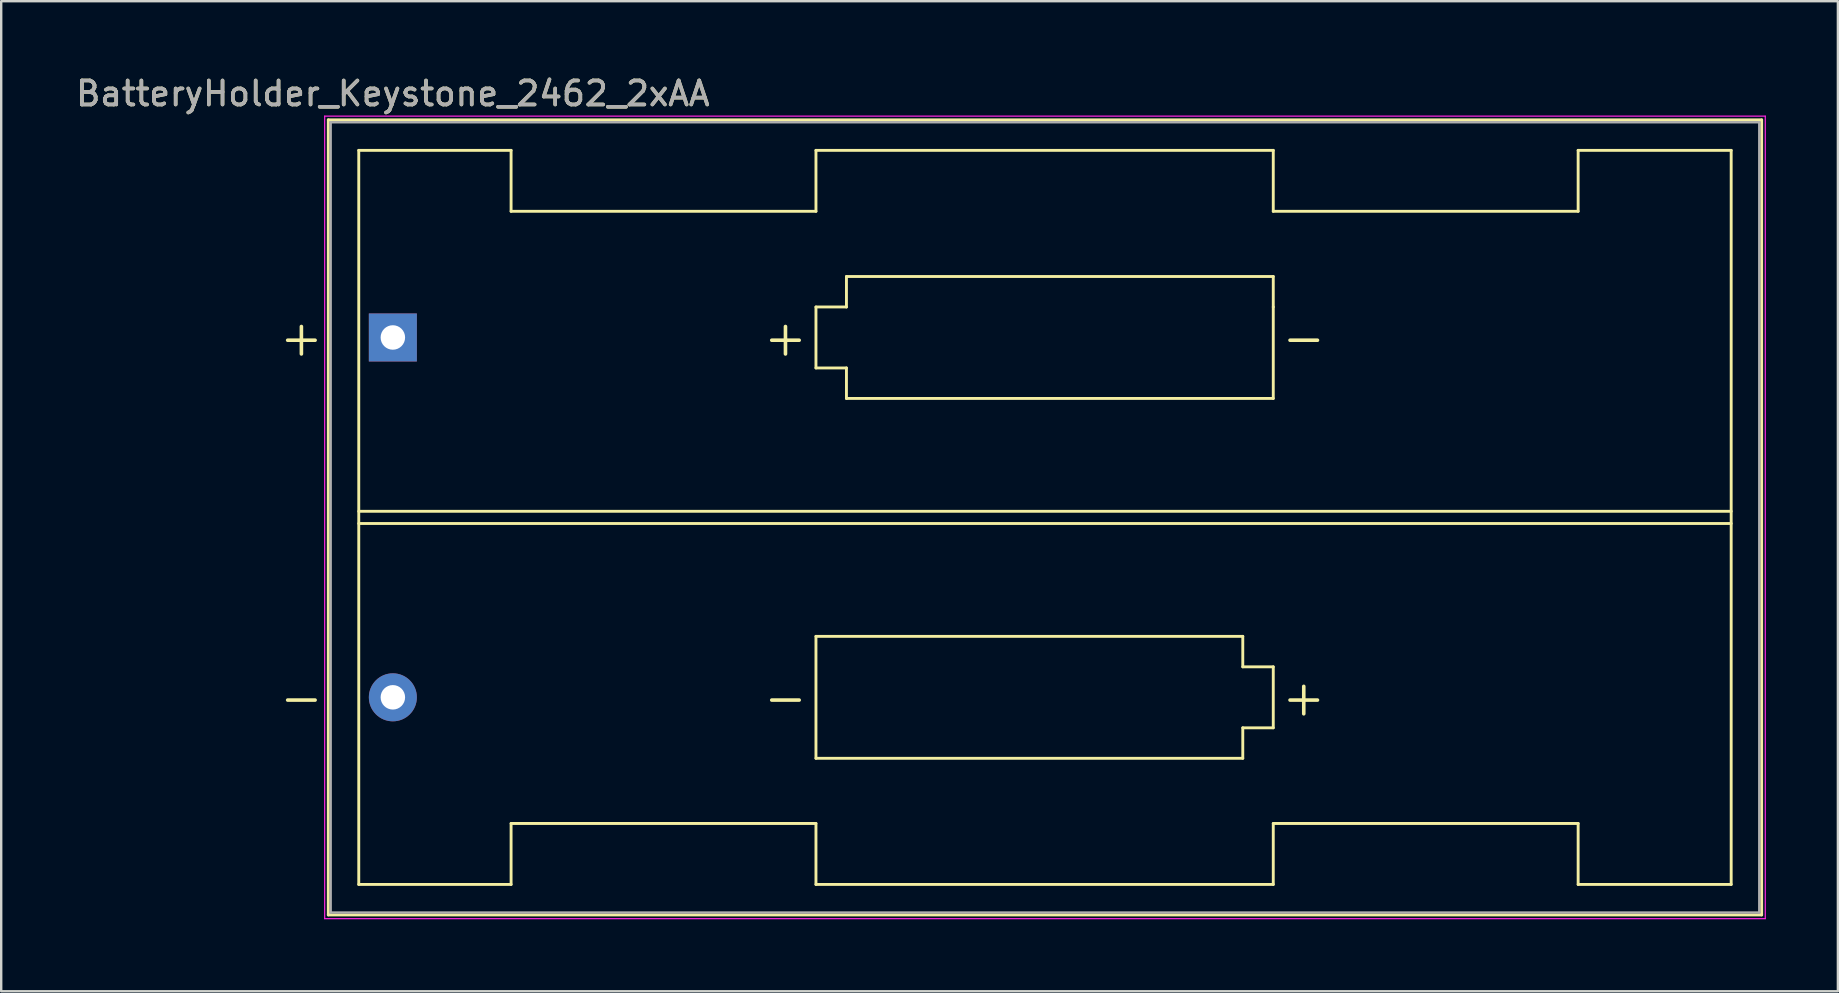
<source format=kicad_pcb>
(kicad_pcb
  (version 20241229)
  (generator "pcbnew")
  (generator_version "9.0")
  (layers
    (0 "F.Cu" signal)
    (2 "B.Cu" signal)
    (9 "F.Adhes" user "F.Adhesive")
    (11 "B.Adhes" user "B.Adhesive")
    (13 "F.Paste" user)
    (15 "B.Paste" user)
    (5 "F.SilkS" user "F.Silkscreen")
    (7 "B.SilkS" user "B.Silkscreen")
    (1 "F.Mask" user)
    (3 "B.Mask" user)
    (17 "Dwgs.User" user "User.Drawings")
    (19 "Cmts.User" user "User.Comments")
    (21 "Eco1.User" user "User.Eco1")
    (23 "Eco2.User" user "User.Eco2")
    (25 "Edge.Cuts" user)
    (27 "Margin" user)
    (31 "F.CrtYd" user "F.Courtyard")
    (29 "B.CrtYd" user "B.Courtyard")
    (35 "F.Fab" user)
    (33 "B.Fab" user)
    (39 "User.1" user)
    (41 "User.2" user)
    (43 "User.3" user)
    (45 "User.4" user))
  (footprint "BatteryHolder_Keystone_2462_2xAA"
    (layer "F.Cu")
    (at 13.315 11.008)
    (property "Reference" "BatteryHolder_Keystone_2462_2xAA" (at 0 -10.16 180) (layer "F.SilkS") (effects (font (size 1 1) (thickness 0.15))))
    (attr through_hole)
    (fp_line (start -2.69 -9.065) (end -2.69 24.055) (stroke (width 0.12) (type solid)) (layer "F.SilkS"))
    (fp_line (start -2.69 24.055) (end 57.02 24.055) (stroke (width 0.12) (type solid)) (layer "F.SilkS"))
    (fp_line (start -1.42 -7.795) (end -1.42 22.785) (stroke (width 0.12) (type solid)) (layer "F.SilkS"))
    (fp_line (start -1.42 7.241) (end 55.75 7.241) (stroke (width 0.12) (type solid)) (layer "F.SilkS"))
    (fp_line (start -1.42 22.785) (end 4.925 22.785) (stroke (width 0.12) (type solid)) (layer "F.SilkS"))
    (fp_line (start 4.925 -7.795) (end -1.42 -7.795) (stroke (width 0.12) (type solid)) (layer "F.SilkS"))
    (fp_line (start 4.925 -5.255) (end 4.925 -7.795) (stroke (width 0.12) (type solid)) (layer "F.SilkS"))
    (fp_line (start 4.925 -5.255) (end 17.625 -5.255) (stroke (width 0.12) (type solid)) (layer "F.SilkS"))
    (fp_line (start 4.925 20.245) (end 17.625 20.245) (stroke (width 0.12) (type solid)) (layer "F.SilkS"))
    (fp_line (start 4.925 22.785) (end 4.925 20.245) (stroke (width 0.12) (type solid)) (layer "F.SilkS"))
    (fp_line (start 17.625 -7.795) (end 17.625 -5.255) (stroke (width 0.12) (type solid)) (layer "F.SilkS"))
    (fp_line (start 17.625 -1.27) (end 18.895 -1.27) (stroke (width 0.12) (type solid)) (layer "F.SilkS"))
    (fp_line (start 17.625 1.27) (end 17.625 -1.27) (stroke (width 0.12) (type solid)) (layer "F.SilkS"))
    (fp_line (start 17.625 12.45) (end 35.405 12.45) (stroke (width 0.12) (type solid)) (layer "F.SilkS"))
    (fp_line (start 17.625 17.53) (end 17.625 12.45) (stroke (width 0.12) (type solid)) (layer "F.SilkS"))
    (fp_line (start 17.625 20.245) (end 17.625 22.785) (stroke (width 0.12) (type solid)) (layer "F.SilkS"))
    (fp_line (start 17.625 22.785) (end 36.675 22.785) (stroke (width 0.12) (type solid)) (layer "F.SilkS"))
    (fp_line (start 18.895 -2.54) (end 36.675 -2.54) (stroke (width 0.12) (type solid)) (layer "F.SilkS"))
    (fp_line (start 18.895 -1.27) (end 18.895 -2.54) (stroke (width 0.12) (type solid)) (layer "F.SilkS"))
    (fp_line (start 18.895 1.27) (end 17.625 1.27) (stroke (width 0.12) (type solid)) (layer "F.SilkS"))
    (fp_line (start 18.895 2.54) (end 18.895 1.27) (stroke (width 0.12) (type solid)) (layer "F.SilkS"))
    (fp_line (start 35.405 12.45) (end 35.405 13.72) (stroke (width 0.12) (type solid)) (layer "F.SilkS"))
    (fp_line (start 35.405 13.72) (end 36.675 13.72) (stroke (width 0.12) (type solid)) (layer "F.SilkS"))
    (fp_line (start 35.405 16.26) (end 35.405 17.53) (stroke (width 0.12) (type solid)) (layer "F.SilkS"))
    (fp_line (start 35.405 17.53) (end 17.625 17.53) (stroke (width 0.12) (type solid)) (layer "F.SilkS"))
    (fp_line (start 36.675 -7.795) (end 17.625 -7.795) (stroke (width 0.12) (type solid)) (layer "F.SilkS"))
    (fp_line (start 36.675 -5.255) (end 36.675 -7.795) (stroke (width 0.12) (type solid)) (layer "F.SilkS"))
    (fp_line (start 36.675 -2.54) (end 36.675 -1.27) (stroke (width 0.12) (type solid)) (layer "F.SilkS"))
    (fp_line (start 36.675 -1.27) (end 36.675 2.54) (stroke (width 0.12) (type solid)) (layer "F.SilkS"))
    (fp_line (start 36.675 2.54) (end 18.895 2.54) (stroke (width 0.12) (type solid)) (layer "F.SilkS"))
    (fp_line (start 36.675 13.72) (end 36.675 16.26) (stroke (width 0.12) (type solid)) (layer "F.SilkS"))
    (fp_line (start 36.675 16.26) (end 35.405 16.26) (stroke (width 0.12) (type solid)) (layer "F.SilkS"))
    (fp_line (start 36.675 22.785) (end 36.675 20.245) (stroke (width 0.12) (type solid)) (layer "F.SilkS"))
    (fp_line (start 49.375 -7.795) (end 49.375 -5.255) (stroke (width 0.12) (type solid)) (layer "F.SilkS"))
    (fp_line (start 49.375 -5.255) (end 36.675 -5.255) (stroke (width 0.12) (type solid)) (layer "F.SilkS"))
    (fp_line (start 49.375 20.245) (end 36.675 20.245) (stroke (width 0.12) (type solid)) (layer "F.SilkS"))
    (fp_line (start 49.375 22.785) (end 49.375 20.245) (stroke (width 0.12) (type solid)) (layer "F.SilkS"))
    (fp_line (start 55.75 -7.795) (end 49.375 -7.795) (stroke (width 0.12) (type solid)) (layer "F.SilkS"))
    (fp_line (start 55.75 -7.795) (end 55.75 22.785) (stroke (width 0.12) (type solid)) (layer "F.SilkS"))
    (fp_line (start 55.75 7.749) (end -1.42 7.749) (stroke (width 0.12) (type solid)) (layer "F.SilkS"))
    (fp_line (start 55.75 22.785) (end 49.375 22.785) (stroke (width 0.12) (type solid)) (layer "F.SilkS"))
    (fp_line (start 57.02 -9.065) (end -2.69 -9.065) (stroke (width 0.12) (type solid)) (layer "F.SilkS"))
    (fp_line (start 57.02 24.055) (end 57.02 -9.065) (stroke (width 0.12) (type solid)) (layer "F.SilkS"))
    (fp_line (start -2.84 -9.22) (end -2.84 24.21) (stroke (width 0.05) (type solid)) (layer "F.CrtYd"))
    (fp_line (start -2.84 24.21) (end 57.17 24.21) (stroke (width 0.05) (type solid)) (layer "F.CrtYd"))
    (fp_line (start 57.17 -9.22) (end -2.84 -9.22) (stroke (width 0.05) (type solid)) (layer "F.CrtYd"))
    (fp_line (start 57.17 24.21) (end 57.17 -9.22) (stroke (width 0.05) (type solid)) (layer "F.CrtYd"))
    (fp_line (start -2.59 -8.965) (end 56.92 -8.965) (stroke (width 0.1) (type solid)) (layer "F.Fab"))
    (fp_line (start -2.59 23.955) (end -2.59 -8.965) (stroke (width 0.1) (type solid)) (layer "F.Fab"))
    (fp_line (start -2.59 23.955) (end 56.92 23.955) (stroke (width 0.1) (type solid)) (layer "F.Fab"))
    (fp_line (start 56.92 23.955) (end 56.92 -8.965) (stroke (width 0.1) (type solid)) (layer "F.Fab"))
    (fp_text user "+" (at 16.355 0 0) (layer "F.SilkS") (effects (font (size 1.5 1.5) (thickness 0.15))))
    (fp_text user "+" (at 37.945 14.99 0) (layer "F.SilkS") (effects (font (size 1.5 1.5) (thickness 0.15))))
    (fp_text user "-" (at 37.945 0 0) (layer "F.SilkS") (effects (font (size 1.5 1.5) (thickness 0.15))))
    (fp_text user "-" (at -3.81 14.99 0) (layer "F.SilkS") (effects (font (size 1.5 1.5) (thickness 0.15))))
    (fp_text user "-" (at 16.355 14.99 0) (layer "F.SilkS") (effects (font (size 1.5 1.5) (thickness 0.15))))
    (fp_text user "+" (at -3.81 0 0) (layer "F.SilkS") (effects (font (size 1.5 1.5) (thickness 0.15))))
    (fp_text user "${REFERENCE}" (at 0 -10.16 0) (layer "F.Fab") (effects (font (size 1 1) (thickness 0.15))))
    (pad "1" thru_hole rect (at 0 0) (size 2 2) (drill 1.02) (layers "*.Cu" "*.Mask"))
    (pad "2" thru_hole circle (at 0 14.99) (size 2 2) (drill 1.02) (layers "*.Cu" "*.Mask")))
  (gr_rect
    (start -3 -3)
    (end 73.51 38.243)
    (stroke (width 0.1) (type default))
    (fill no)
    (layer "Edge.Cuts")))
</source>
